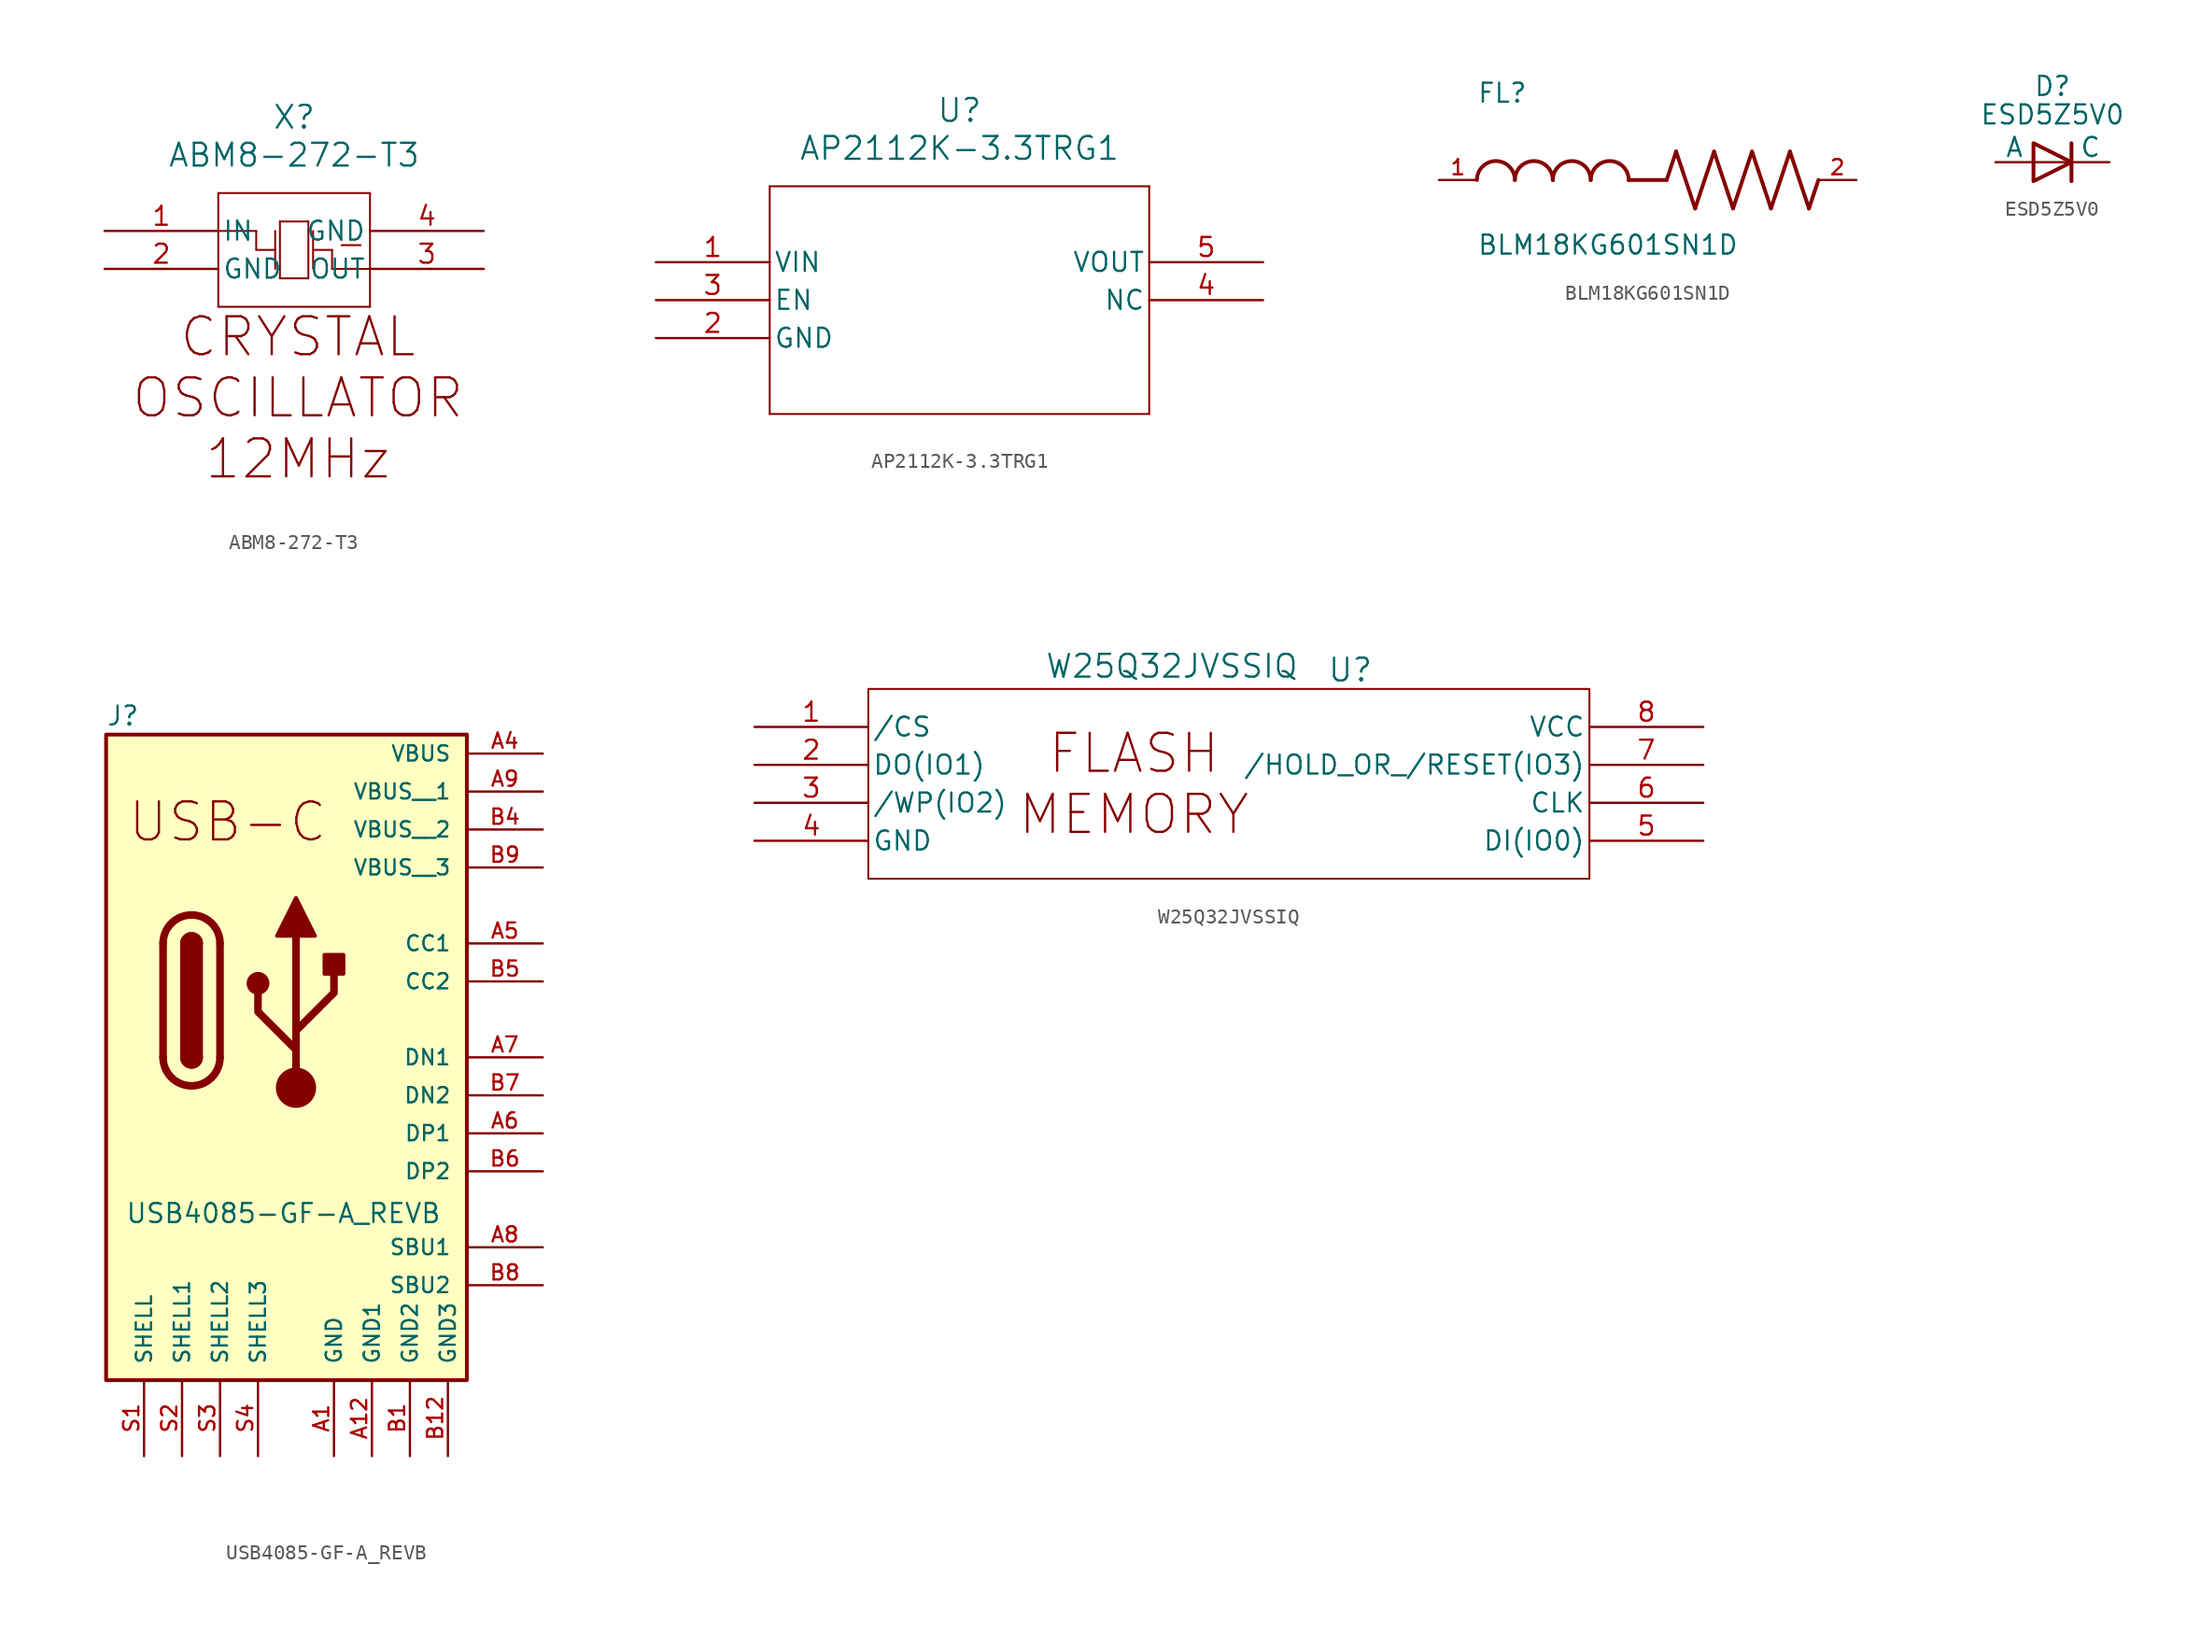
<source format=kicad_sym>
(kicad_symbol_lib
  (version 20241209)
  (generator "kicad_symbol_editor")
  (generator_version "9.0")
  (symbol "ABM8-272-T3"
    (pin_names
      (offset 0.254))
    (property "Reference" "X"
      (at 12.7 7.62 0)
      (effects (font (size 1.524 1.524))))
    (property "Value" "ABM8-272-T3"
      (at 12.7 5.08 0)
      (effects (font (size 1.524 1.524))))
    (property "ki_locked" ""
      (at 0 0 0)
      (effects (font (size 1.27 1.27))))
    (symbol "ABM8-272-T3_0_1"
      (polyline (pts (xy 7.62 2.54) (xy 7.62 -5.08)) (stroke (width 0.127) (type default)) (fill (type none)))
      (polyline (pts (xy 7.62 -5.08) (xy 17.78 -5.08)) (stroke (width 0.127) (type default)) (fill (type none)))
      (polyline (pts (xy 10.16 0) (xy 7.62 0)) (stroke (width 0.127) (type default)) (fill (type none)))
      (polyline (pts (xy 10.16 -1.27) (xy 10.16 0)) (stroke (width 0.127) (type default)) (fill (type none)))
      (polyline (pts (xy 11.43 0) (xy 11.43 -2.54)) (stroke (width 0.127) (type default)) (fill (type none)))
      (polyline (pts (xy 11.43 -1.27) (xy 10.16 -1.27)) (stroke (width 0.127) (type default)) (fill (type none)))
      (polyline (pts (xy 11.748 0.635) (xy 11.748 -3.175)) (stroke (width 0.127) (type default)) (fill (type none)))
      (polyline (pts (xy 11.748 -3.175) (xy 13.652 -3.175)) (stroke (width 0.127) (type default)) (fill (type none)))
      (polyline (pts (xy 13.652 0.635) (xy 11.748 0.635)) (stroke (width 0.127) (type default)) (fill (type none)))
      (polyline (pts (xy 13.652 -3.175) (xy 13.652 0.635)) (stroke (width 0.127) (type default)) (fill (type none)))
      (polyline (pts (xy 13.97 0) (xy 13.97 -2.54)) (stroke (width 0.127) (type default)) (fill (type none)))
      (polyline (pts (xy 13.97 -1.27) (xy 15.24 -1.27)) (stroke (width 0.127) (type default)) (fill (type none)))
      (polyline (pts (xy 15.24 -1.27) (xy 15.24 -2.54)) (stroke (width 0.127) (type default)) (fill (type none)))
      (polyline (pts (xy 15.24 -2.54) (xy 17.78 -2.54)) (stroke (width 0.127) (type default)) (fill (type none)))
      (polyline (pts (xy 17.145 -0.953) (xy 15.875 -0.953)) (stroke (width 0.127) (type default)) (fill (type none)))
      (polyline (pts (xy 17.78 2.54) (xy 7.62 2.54)) (stroke (width 0.127) (type default)) (fill (type none)))
      (polyline (pts (xy 17.78 -5.08) (xy 17.78 2.54)) (stroke (width 0.127) (type default)) (fill (type none))))
    (symbol "ABM8-272-T3_1_1"
      (text "CRYSTAL\nOSCILLATOR\n12MHz" (at 12.954 -11.176 0) (effects (font (size 2.54 2.54))))
      (pin unspecified line (at 0 0 0) (length 7.62) (name "IN" (effects (font (size 1.27 1.27)))) (number "1" (effects (font (size 1.27 1.27)))))
      (pin unspecified line (at 0 -2.54 0) (length 7.62) (name "GND" (effects (font (size 1.27 1.27)))) (number "2" (effects (font (size 1.27 1.27)))))
      (pin unspecified line (at 25.4 0 180) (length 7.62) (name "GND" (effects (font (size 1.27 1.27)))) (number "4" (effects (font (size 1.27 1.27)))))
      (pin unspecified line (at 25.4 -2.54 180) (length 7.62) (name "OUT" (effects (font (size 1.27 1.27)))) (number "3" (effects (font (size 1.27 1.27)))))))
  (symbol "AP2112K-3.3TRG1"
    (pin_names
      (offset 0.254))
    (property "Reference" "U"
      (at 20.32 10.16 0)
      (effects (font (size 1.524 1.524))))
    (property "Value" "AP2112K-3.3TRG1"
      (at 20.32 7.62 0)
      (effects (font (size 1.524 1.524))))
    (property "ki_locked" ""
      (at 0 0 0)
      (effects (font (size 1.27 1.27))))
    (symbol "AP2112K-3.3TRG1_0_1"
      (polyline (pts (xy 7.62 5.08) (xy 7.62 -10.16)) (stroke (width 0.127) (type default)) (fill (type none)))
      (polyline (pts (xy 7.62 -10.16) (xy 33.02 -10.16)) (stroke (width 0.127) (type default)) (fill (type none)))
      (polyline (pts (xy 33.02 5.08) (xy 7.62 5.08)) (stroke (width 0.127) (type default)) (fill (type none)))
      (polyline (pts (xy 33.02 -10.16) (xy 33.02 5.08)) (stroke (width 0.127) (type default)) (fill (type none)))
      (pin unspecified line (at 0 0 0) (length 7.62) (name "VIN" (effects (font (size 1.27 1.27)))) (number "1" (effects (font (size 1.27 1.27)))))
      (pin unspecified line (at 0 -2.54 0) (length 7.62) (name "EN" (effects (font (size 1.27 1.27)))) (number "3" (effects (font (size 1.27 1.27)))))
      (pin unspecified line (at 0 -5.08 0) (length 7.62) (name "GND" (effects (font (size 1.27 1.27)))) (number "2" (effects (font (size 1.27 1.27)))))
      (pin unspecified line (at 40.64 0 180) (length 7.62) (name "VOUT" (effects (font (size 1.27 1.27)))) (number "5" (effects (font (size 1.27 1.27)))))
      (pin unspecified line (at 40.64 -2.54 180) (length 7.62) (name "NC" (effects (font (size 1.27 1.27)))) (number "4" (effects (font (size 1.27 1.27)))))))
  (symbol "BLM18KG601SN1D"
    (pin_names
      (offset 1.016))
    (property "Reference" "FL"
      (at -12.704 5.082 0)
      (effects (font (size 1.27 1.27)) (justify left bottom)))
    (property "Value" "BLM18KG601SN1D"
      (at -12.71 -5.087 0)
      (effects (font (size 1.27 1.27)) (justify left bottom)))
    (symbol "BLM18KG601SN1D_0_0"
      (arc (start -12.7 0) (mid -11.43 1.2645) (end -10.16 0) (stroke (width 0.254) (type default)) (fill (type none)))
      (arc (start -10.16 0) (mid -8.89 1.2645) (end -7.62 0) (stroke (width 0.254) (type default)) (fill (type none)))
      (arc (start -7.62 0) (mid -6.35 1.2645) (end -5.08 0) (stroke (width 0.254) (type default)) (fill (type none)))
      (arc (start -5.08 0) (mid -3.81 1.2645) (end -2.54 0) (stroke (width 0.254) (type default)) (fill (type none)))
      (polyline (pts (xy 0 0) (xy -2.54 0)) (stroke (width 0.254) (type default)) (fill (type none)))
      (polyline (pts (xy 0 0) (xy 0.635 1.905)) (stroke (width 0.254) (type default)) (fill (type none)))
      (polyline (pts (xy 0.635 1.905) (xy 1.905 -1.905)) (stroke (width 0.254) (type default)) (fill (type none)))
      (polyline (pts (xy 1.905 -1.905) (xy 3.175 1.905)) (stroke (width 0.254) (type default)) (fill (type none)))
      (polyline (pts (xy 3.175 1.905) (xy 4.445 -1.905)) (stroke (width 0.254) (type default)) (fill (type none)))
      (polyline (pts (xy 4.445 -1.905) (xy 5.715 1.905)) (stroke (width 0.254) (type default)) (fill (type none)))
      (polyline (pts (xy 5.715 1.905) (xy 6.985 -1.905)) (stroke (width 0.254) (type default)) (fill (type none)))
      (polyline (pts (xy 6.985 -1.905) (xy 8.255 1.905)) (stroke (width 0.254) (type default)) (fill (type none)))
      (polyline (pts (xy 8.255 1.905) (xy 9.525 -1.905)) (stroke (width 0.254) (type default)) (fill (type none)))
      (polyline (pts (xy 9.525 -1.905) (xy 10.16 0)) (stroke (width 0.254) (type default)) (fill (type none)))
      (pin passive line (at -15.24 0 0) (length 2.54) (name "~" (effects (font (size 1.016 1.016)))) (number "1" (effects (font (size 1.016 1.016)))))
      (pin passive line (at 12.7 0 180) (length 2.54) (name "~" (effects (font (size 1.016 1.016)))) (number "2" (effects (font (size 1.016 1.016)))))))
  (symbol "ESD5Z5V0"
    (pin_numbers
      (hide yes))
    (pin_names
      (offset 0))
    (property "Reference" "D"
      (at 0 5.08 0)
      (effects (font (size 1.27 1.27))))
    (property "Value" "ESD5Z5V0"
      (at 0 3.175 0)
      (effects (font (size 1.27 1.27))))
    (symbol "ESD5Z5V0_0_1"
      (polyline (pts (xy -1.27 0) (xy 1.27 0)) (stroke (width 0) (type default)) (fill (type none)))
      (polyline (pts (xy -1.27 -1.27) (xy -1.27 1.27) (xy 1.27 0) (xy -1.27 -1.27)) (stroke (width 0.254) (type default)) (fill (type none)))
      (polyline (pts (xy 1.27 -1.27) (xy 1.27 1.27)) (stroke (width 0.254) (type default)) (fill (type none))))
    (symbol "ESD5Z5V0_1_1"
      (pin passive line (at -3.81 0 0) (length 2.54) (name "A" (effects (font (size 1.27 1.27)))) (number "1" (effects (font (size 1.27 1.27)))))
      (pin passive line (at 3.81 0 180) (length 2.54) (name "C" (effects (font (size 1.27 1.27)))) (number "2" (effects (font (size 1.27 1.27)))))))
  (symbol "USB4085-GF-A_REVB"
    (pin_names
      (offset 1.016))
    (property "Reference" "J"
      (at -5.08 18.288 0)
      (effects (font (size 1.27 1.27)) (justify left bottom)))
    (property "Value" "USB4085-GF-A_REVB"
      (at -3.81 -14.986 0)
      (effects (font (size 1.27 1.27)) (justify left bottom)))
    (symbol "USB4085-GF-A_REVB_0_0"
      (rectangle (start -5.08 17.78) (end 19.05 -25.4) (stroke (width 0.254) (type default)) (fill (type background)))
      (pin passive line (at -2.54 -30.48 90) (length 5.08) (name "SHELL" (effects (font (size 1.016 1.016)))) (number "S1" (effects (font (size 1.016 1.016)))))
      (pin power_in line (at 10.16 -30.48 90) (length 5.08) (name "GND" (effects (font (size 1.016 1.016)))) (number "A1" (effects (font (size 1.016 1.016)))))
      (pin power_in line (at 24.13 16.51 180) (length 5.08) (name "VBUS" (effects (font (size 1.016 1.016)))) (number "A4" (effects (font (size 1.016 1.016)))))
      (pin power_in line (at 24.13 13.97 180) (length 5.08) (name "VBUS__1" (effects (font (size 1.016 1.016)))) (number "A9" (effects (font (size 1.016 1.016)))))
      (pin power_in line (at 24.13 11.43 180) (length 5.08) (name "VBUS__2" (effects (font (size 1.016 1.016)))) (number "B4" (effects (font (size 1.016 1.016)))))
      (pin power_in line (at 24.13 8.89 180) (length 5.08) (name "VBUS__3" (effects (font (size 1.016 1.016)))) (number "B9" (effects (font (size 1.016 1.016)))))
      (pin bidirectional line (at 24.13 3.81 180) (length 5.08) (name "CC1" (effects (font (size 1.016 1.016)))) (number "A5" (effects (font (size 1.016 1.016)))))
      (pin bidirectional line (at 24.13 1.27 180) (length 5.08) (name "CC2" (effects (font (size 1.016 1.016)))) (number "B5" (effects (font (size 1.016 1.016)))))
      (pin bidirectional line (at 24.13 -3.81 180) (length 5.08) (name "DN1" (effects (font (size 1.016 1.016)))) (number "A7" (effects (font (size 1.016 1.016)))))
      (pin bidirectional line (at 24.13 -6.35 180) (length 5.08) (name "DN2" (effects (font (size 1.016 1.016)))) (number "B7" (effects (font (size 1.016 1.016)))))
      (pin bidirectional line (at 24.13 -8.89 180) (length 5.08) (name "DP1" (effects (font (size 1.016 1.016)))) (number "A6" (effects (font (size 1.016 1.016)))))
      (pin bidirectional line (at 24.13 -11.43 180) (length 5.08) (name "DP2" (effects (font (size 1.016 1.016)))) (number "B6" (effects (font (size 1.016 1.016)))))
      (pin bidirectional line (at 24.13 -16.51 180) (length 5.08) (name "SBU1" (effects (font (size 1.016 1.016)))) (number "A8" (effects (font (size 1.016 1.016)))))
      (pin bidirectional line (at 24.13 -19.05 180) (length 5.08) (name "SBU2" (effects (font (size 1.016 1.016)))) (number "B8" (effects (font (size 1.016 1.016))))))
    (symbol "USB4085-GF-A_REVB_0_1"
      (polyline (pts (xy -1.27 -3.81) (xy -1.27 3.81)) (stroke (width 0.508) (type default)) (fill (type none)))
      (rectangle (start 0 -3.81) (end 1.27 3.81) (stroke (width 0.254) (type default)) (fill (type outline)))
      (arc (start 0 3.81) (mid 0.635 4.4423) (end 1.27 3.81) (stroke (width 0.254) (type default)) (fill (type none)))
      (arc (start 0 3.81) (mid 0.635 4.4423) (end 1.27 3.81) (stroke (width 0.254) (type default)) (fill (type outline)))
      (arc (start -1.27 3.81) (mid 0.635 5.7067) (end 2.54 3.81) (stroke (width 0.508) (type default)) (fill (type none)))
      (arc (start 2.54 -3.81) (mid 0.635 -5.7067) (end -1.27 -3.81) (stroke (width 0.508) (type default)) (fill (type none)))
      (arc (start 1.27 -3.81) (mid 0.635 -4.4423) (end 0 -3.81) (stroke (width 0.254) (type default)) (fill (type none)))
      (arc (start 1.27 -3.81) (mid 0.635 -4.4423) (end 0 -3.81) (stroke (width 0.254) (type default)) (fill (type outline)))
      (polyline (pts (xy 2.54 3.81) (xy 2.54 -3.81)) (stroke (width 0.508) (type default)) (fill (type none)))
      (circle (center 5.08 1.143) (radius 0.635) (stroke (width 0.254) (type default)) (fill (type outline)))
      (polyline (pts (xy 6.35 4.318) (xy 7.62 6.858) (xy 8.89 4.318) (xy 6.35 4.318)) (stroke (width 0.254) (type default)) (fill (type outline)))
      (polyline (pts (xy 7.62 -2.032) (xy 10.16 0.508) (xy 10.16 1.778)) (stroke (width 0.508) (type default)) (fill (type none)))
      (polyline (pts (xy 7.62 -3.302) (xy 5.08 -0.762) (xy 5.08 0.508)) (stroke (width 0.508) (type default)) (fill (type none)))
      (polyline (pts (xy 7.62 -5.842) (xy 7.62 4.318)) (stroke (width 0.508) (type default)) (fill (type none)))
      (circle (center 7.62 -5.842) (radius 1.27) (stroke (width 0) (type default)) (fill (type outline)))
      (rectangle (start 9.525 1.778) (end 10.795 3.048) (stroke (width 0.254) (type default)) (fill (type outline))))
    (symbol "USB4085-GF-A_REVB_1_0"
      (pin passive line (at 0 -30.48 90) (length 5.08) (name "SHELL1" (effects (font (size 1.016 1.016)))) (number "S2" (effects (font (size 1.016 1.016)))))
      (pin passive line (at 2.54 -30.48 90) (length 5.08) (name "SHELL2" (effects (font (size 1.016 1.016)))) (number "S3" (effects (font (size 1.016 1.016)))))
      (pin passive line (at 5.08 -30.48 90) (length 5.08) (name "SHELL3" (effects (font (size 1.016 1.016)))) (number "S4" (effects (font (size 1.016 1.016)))))
      (pin power_in line (at 12.7 -30.48 90) (length 5.08) (name "GND1" (effects (font (size 1.016 1.016)))) (number "A12" (effects (font (size 1.016 1.016)))))
      (pin power_in line (at 15.24 -30.48 90) (length 5.08) (name "GND2" (effects (font (size 1.016 1.016)))) (number "B1" (effects (font (size 1.016 1.016)))))
      (pin power_in line (at 17.78 -30.48 90) (length 5.08) (name "GND3" (effects (font (size 1.016 1.016)))) (number "B12" (effects (font (size 1.016 1.016))))))
    (symbol "USB4085-GF-A_REVB_1_1"
      (text "USB-C" (at 3.048 11.938 0) (effects (font (size 2.54 2.54))))))
  (symbol "W25Q32JVSSIQ"
    (pin_names
      (offset 0.254))
    (property "Reference" "U"
      (at 39.878 6.35 0)
      (effects (font (size 1.524 1.524))))
    (property "Value" "W25Q32JVSSIQ"
      (at 27.94 6.604 0)
      (effects (font (size 1.524 1.524))))
    (property "ki_locked" ""
      (at 0 0 0)
      (effects (font (size 1.27 1.27))))
    (symbol "W25Q32JVSSIQ_0_1"
      (polyline (pts (xy 7.62 5.08) (xy 7.62 -7.62)) (stroke (width 0.127) (type default)) (fill (type none)))
      (polyline (pts (xy 7.62 -7.62) (xy 55.88 -7.62)) (stroke (width 0.127) (type default)) (fill (type none)))
      (polyline (pts (xy 55.88 5.08) (xy 7.62 5.08)) (stroke (width 0.127) (type default)) (fill (type none)))
      (polyline (pts (xy 55.88 -7.62) (xy 55.88 5.08)) (stroke (width 0.127) (type default)) (fill (type none)))
      (pin unspecified line (at 0 2.54 0) (length 7.62) (name "/CS" (effects (font (size 1.27 1.27)))) (number "1" (effects (font (size 1.27 1.27)))))
      (pin unspecified line (at 0 0 0) (length 7.62) (name "DO(IO1)" (effects (font (size 1.27 1.27)))) (number "2" (effects (font (size 1.27 1.27)))))
      (pin unspecified line (at 0 -2.54 0) (length 7.62) (name "/WP(IO2)" (effects (font (size 1.27 1.27)))) (number "3" (effects (font (size 1.27 1.27)))))
      (pin power_out line (at 0 -5.08 0) (length 7.62) (name "GND" (effects (font (size 1.27 1.27)))) (number "4" (effects (font (size 1.27 1.27)))))
      (pin power_in line (at 63.5 2.54 180) (length 7.62) (name "VCC" (effects (font (size 1.27 1.27)))) (number "8" (effects (font (size 1.27 1.27)))))
      (pin unspecified line (at 63.5 0 180) (length 7.62) (name "/HOLD_OR_/RESET(IO3)" (effects (font (size 1.27 1.27)))) (number "7" (effects (font (size 1.27 1.27)))))
      (pin unspecified line (at 63.5 -2.54 180) (length 7.62) (name "CLK" (effects (font (size 1.27 1.27)))) (number "6" (effects (font (size 1.27 1.27)))))
      (pin unspecified line (at 63.5 -5.08 180) (length 7.62) (name "DI(IO0)" (effects (font (size 1.27 1.27)))) (number "5" (effects (font (size 1.27 1.27))))))
    (symbol "W25Q32JVSSIQ_1_1"
      (text "FLASH\nMEMORY" (at 25.4 -1.27 0) (effects (font (size 2.54 2.54)))))))
</source>
